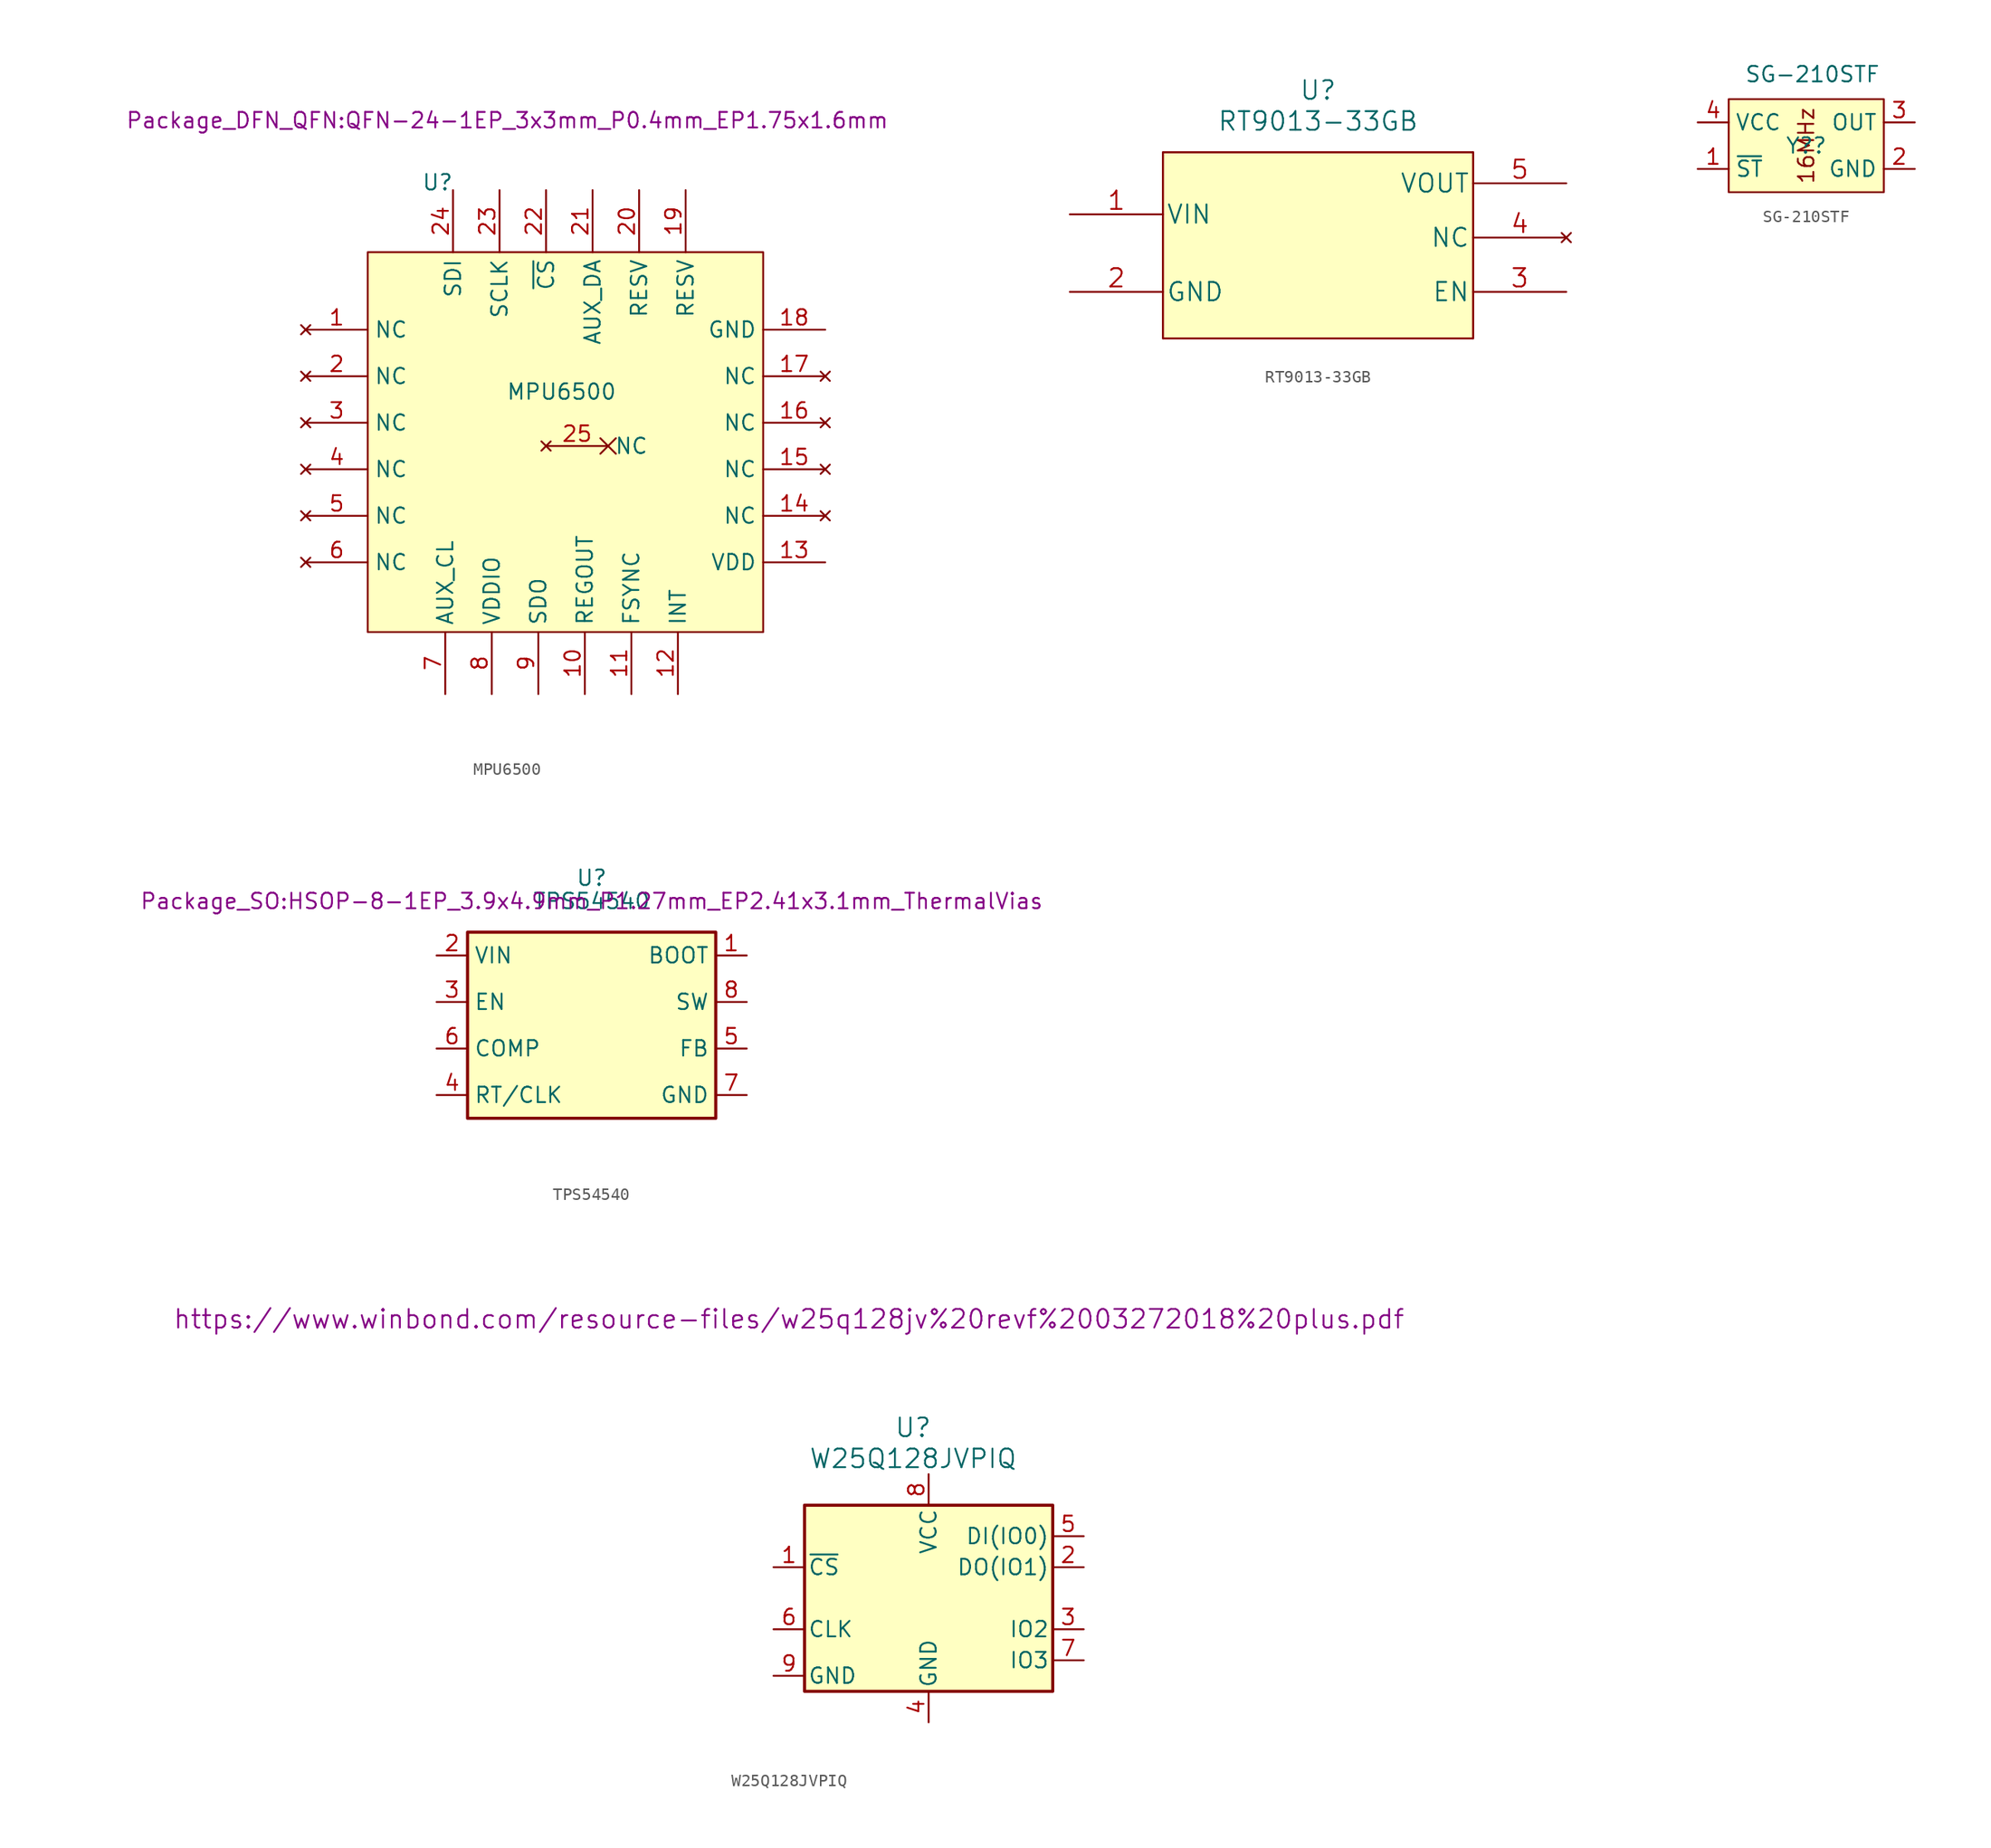
<source format=kicad_sym>
(kicad_symbol_lib
  (version 20220914)
  (generator kicad_symbol_editor)
  (symbol "MPU6500"
    (property "Reference" "U"
      (at -10.795 21.59 0)
      (effects (font (size 1.27 1.27))))
    (property "Value" "MPU6500"
      (at -0.635 4.445 0)
      (effects (font (size 1.27 1.27))))
    (property "Footprint" "Package_DFN_QFN:QFN-24-1EP_3x3mm_P0.4mm_EP1.75x1.6mm"
      (at -5.08 26.67 0)
      (effects (font (size 1.27 1.27))))
    (symbol "MPU6500_0_1"
      (rectangle (start -16.51 15.875) (end 15.875 -15.24) (stroke (width 0) (type default)) (fill (type background))))
    (symbol "MPU6500_1_1"
      (pin no_connect line (at -21.59 9.525 0) (length 5.08) (name "NC" (effects (font (size 1.27 1.27)))) (number "1" (effects (font (size 1.27 1.27)))))
      (pin input line (at 1.27 -20.32 90) (length 5.08) (name "REGOUT" (effects (font (size 1.27 1.27)))) (number "10" (effects (font (size 1.27 1.27)))))
      (pin input line (at 5.08 -20.32 90) (length 5.08) (name "FSYNC" (effects (font (size 1.27 1.27)))) (number "11" (effects (font (size 1.27 1.27)))))
      (pin output line (at 8.89 -20.32 90) (length 5.08) (name "INT" (effects (font (size 1.27 1.27)))) (number "12" (effects (font (size 1.27 1.27)))))
      (pin input line (at 20.955 -9.525 180) (length 5.08) (name "VDD" (effects (font (size 1.27 1.27)))) (number "13" (effects (font (size 1.27 1.27)))))
      (pin no_connect line (at 20.955 -5.715 180) (length 5.08) (name "NC" (effects (font (size 1.27 1.27)))) (number "14" (effects (font (size 1.27 1.27)))))
      (pin no_connect line (at 20.955 -1.905 180) (length 5.08) (name "NC" (effects (font (size 1.27 1.27)))) (number "15" (effects (font (size 1.27 1.27)))))
      (pin no_connect line (at 20.955 1.905 180) (length 5.08) (name "NC" (effects (font (size 1.27 1.27)))) (number "16" (effects (font (size 1.27 1.27)))))
      (pin no_connect line (at 20.955 5.715 180) (length 5.08) (name "NC" (effects (font (size 1.27 1.27)))) (number "17" (effects (font (size 1.27 1.27)))))
      (pin input line (at 20.955 9.525 180) (length 5.08) (name "GND" (effects (font (size 1.27 1.27)))) (number "18" (effects (font (size 1.27 1.27)))))
      (pin input line (at 9.525 20.955 270) (length 5.08) (name "RESV" (effects (font (size 1.27 1.27)))) (number "19" (effects (font (size 1.27 1.27)))))
      (pin no_connect line (at -21.59 5.715 0) (length 5.08) (name "NC" (effects (font (size 1.27 1.27)))) (number "2" (effects (font (size 1.27 1.27)))))
      (pin input line (at 5.715 20.955 270) (length 5.08) (name "RESV" (effects (font (size 1.27 1.27)))) (number "20" (effects (font (size 1.27 1.27)))))
      (pin input line (at 1.905 20.955 270) (length 5.08) (name "AUX_DA" (effects (font (size 1.27 1.27)))) (number "21" (effects (font (size 1.27 1.27)))))
      (pin input line (at -1.905 20.955 270) (length 5.08) (name "~{CS}" (effects (font (size 1.27 1.27)))) (number "22" (effects (font (size 1.27 1.27)))))
      (pin input line (at -5.715 20.955 270) (length 5.08) (name "SCLK" (effects (font (size 1.27 1.27)))) (number "23" (effects (font (size 1.27 1.27)))))
      (pin input line (at -9.525 20.955 270) (length 5.08) (name "SDI" (effects (font (size 1.27 1.27)))) (number "24" (effects (font (size 1.27 1.27)))))
      (pin no_connect non_logic (at -1.905 0 0) (length 5.08) (name "NC" (effects (font (size 1.27 1.27)))) (number "25" (effects (font (size 1.27 1.27)))))
      (pin no_connect line (at -21.59 1.905 0) (length 5.08) (name "NC" (effects (font (size 1.27 1.27)))) (number "3" (effects (font (size 1.27 1.27)))))
      (pin no_connect line (at -21.59 -1.905 0) (length 5.08) (name "NC" (effects (font (size 1.27 1.27)))) (number "4" (effects (font (size 1.27 1.27)))))
      (pin no_connect line (at -21.59 -5.715 0) (length 5.08) (name "NC" (effects (font (size 1.27 1.27)))) (number "5" (effects (font (size 1.27 1.27)))))
      (pin no_connect line (at -21.59 -9.525 0) (length 5.08) (name "NC" (effects (font (size 1.27 1.27)))) (number "6" (effects (font (size 1.27 1.27)))))
      (pin input line (at -10.16 -20.32 90) (length 5.08) (name "AUX_CL" (effects (font (size 1.27 1.27)))) (number "7" (effects (font (size 1.27 1.27)))))
      (pin input line (at -6.35 -20.32 90) (length 5.08) (name "VDDIO" (effects (font (size 1.27 1.27)))) (number "8" (effects (font (size 1.27 1.27)))))
      (pin output line (at -2.54 -20.32 90) (length 5.08) (name "SDO" (effects (font (size 1.27 1.27)))) (number "9" (effects (font (size 1.27 1.27)))))))
  (symbol "RT9013-33GB"
    (pin_names
      (offset 0.254))
    (property "Reference" "U"
      (at 20.32 10.16 0)
      (effects (font (size 1.524 1.524))))
    (property "Value" "RT9013-33GB"
      (at 20.32 7.62 0)
      (effects (font (size 1.524 1.524))))
    (property "Datasheet" ""
      (at 0 0 0)
      (effects (font (size 1.524 1.524))))
    (property "ki_locked" ""
      (at 0 0 0)
      (effects (font (size 1.27 1.27))))
    (symbol "RT9013-33GB_1_1"
      (polyline (pts (xy 7.62 5.08) (xy 7.62 -10.16)) (stroke (width 0.127) (type default)) (fill (type none)))
      (polyline (pts (xy 33.02 -10.16) (xy 33.02 5.08)) (stroke (width 0.127) (type default)) (fill (type none)))
      (polyline (pts (xy 33.02 5.08) (xy 7.62 5.08)) (stroke (width 0.127) (type default)) (fill (type none)))
      (rectangle (start 7.62 5.08) (end 33.02 -10.16) (stroke (width 0) (type default)) (fill (type background)))
      (pin power_in line (at 0 0 0) (length 7.62) (name "VIN" (effects (font (size 1.499 1.499)))) (number "1" (effects (font (size 1.499 1.499)))))
      (pin power_in line (at 0 -6.35 0) (length 7.62) (name "GND" (effects (font (size 1.499 1.499)))) (number "2" (effects (font (size 1.499 1.499)))))
      (pin input line (at 40.64 -6.35 180) (length 7.62) (name "EN" (effects (font (size 1.499 1.499)))) (number "3" (effects (font (size 1.499 1.499)))))
      (pin no_connect line (at 40.64 -1.905 180) (length 7.62) (name "NC" (effects (font (size 1.499 1.499)))) (number "4" (effects (font (size 1.499 1.499)))))
      (pin power_out line (at 40.64 2.54 180) (length 7.62) (name "VOUT" (effects (font (size 1.499 1.499)))) (number "5" (effects (font (size 1.499 1.499)))))))
  (symbol "SG-210STF"
    (property "Reference" "Y?"
      (at 0 0 0)
      (effects (font (size 1.27 1.27))))
    (property "Value" "SG-210STF"
      (at 0.508 5.842 0)
      (effects (font (size 1.27 1.27))))
    (symbol "SG-210STF_0_0"
      (text "16MHz" (at 0 0 900) (effects (font (size 1.27 1.27)))))
    (symbol "SG-210STF_0_1"
      (rectangle (start -6.35 3.81) (end 6.35 -3.81) (stroke (width 0) (type default)) (fill (type background))))
    (symbol "SG-210STF_1_1"
      (pin input line (at -8.89 -1.905 0) (length 2.54) (name "~{ST}" (effects (font (size 1.27 1.27)))) (number "1" (effects (font (size 1.27 1.27)))))
      (pin input line (at 8.89 -1.905 180) (length 2.54) (name "GND" (effects (font (size 1.27 1.27)))) (number "2" (effects (font (size 1.27 1.27)))))
      (pin input line (at 8.89 1.905 180) (length 2.54) (name "OUT" (effects (font (size 1.27 1.27)))) (number "3" (effects (font (size 1.27 1.27)))))
      (pin input line (at -8.89 1.905 0) (length 2.54) (name "VCC" (effects (font (size 1.27 1.27)))) (number "4" (effects (font (size 1.27 1.27)))))))
  (symbol "TPS54540"
    (property "Reference" "U"
      (at 0 1.905 0)
      (effects (font (size 1.27 1.27))))
    (property "Value" "TPS54540"
      (at 0 0 0)
      (effects (font (size 1.27 1.27))))
    (property "Footprint" "Package_SO:HSOP-8-1EP_3.9x4.9mm_P1.27mm_EP2.41x3.1mm_ThermalVias"
      (at 0 0 0)
      (effects (font (size 1.27 1.27))))
    (symbol "TPS54540_0_1"
      (rectangle (start -10.16 -2.54) (end 10.16 -17.78) (stroke (width 0.254) (type default)) (fill (type background))))
    (symbol "TPS54540_1_1"
      (pin passive line (at 12.7 -4.445 180) (length 2.54) (name "BOOT" (effects (font (size 1.27 1.27)))) (number "1" (effects (font (size 1.27 1.27)))))
      (pin power_in line (at -12.7 -4.445 0) (length 2.54) (name "VIN" (effects (font (size 1.27 1.27)))) (number "2" (effects (font (size 1.27 1.27)))))
      (pin input line (at -12.7 -8.255 0) (length 2.54) (name "EN" (effects (font (size 1.27 1.27)))) (number "3" (effects (font (size 1.27 1.27)))))
      (pin passive line (at -12.7 -15.875 0) (length 2.54) (name "RT/CLK" (effects (font (size 1.27 1.27)))) (number "4" (effects (font (size 1.27 1.27)))))
      (pin input line (at 12.7 -12.065 180) (length 2.54) (name "FB" (effects (font (size 1.27 1.27)))) (number "5" (effects (font (size 1.27 1.27)))))
      (pin output line (at -12.7 -12.065 0) (length 2.54) (name "COMP" (effects (font (size 1.27 1.27)))) (number "6" (effects (font (size 1.27 1.27)))))
      (pin power_in line (at 12.7 -15.875 180) (length 2.54) (name "GND" (effects (font (size 1.27 1.27)))) (number "7" (effects (font (size 1.27 1.27)))))
      (pin power_out line (at 12.7 -8.255 180) (length 2.54) (name "SW" (effects (font (size 1.27 1.27)))) (number "8" (effects (font (size 1.27 1.27)))))
      (pin passive line (at 0 -20.32 90) (length 2.54) hide (name "GND" (effects (font (size 1.27 1.27)))) (number "9" (effects (font (size 1.27 1.27)))))))
  (symbol "W25Q128JVPIQ"
    (pin_names
      (offset 0.254))
    (property "Reference" "U"
      (at -0.635 13.335 0)
      (effects (font (size 1.524 1.524))))
    (property "Value" "W25Q128JVPIQ"
      (at -0.635 10.795 0)
      (effects (font (size 1.524 1.524))))
    (property "Datasheet" "https://www.winbond.com/resource-files/w25q128jv%20revf%2003272018%20plus.pdf"
      (at -10.795 22.225 0)
      (effects (font (size 1.524 1.524))))
    (symbol "W25Q128JVPIQ_0_1"
      (rectangle (start -9.525 6.985) (end 10.795 -8.255) (stroke (width 0.254) (type default)) (fill (type background))))
    (symbol "W25Q128JVPIQ_1_1"
      (pin input line (at -12.065 1.905 0) (length 2.54) (name "~{CS}" (effects (font (size 1.27 1.27)))) (number "1" (effects (font (size 1.27 1.27)))))
      (pin bidirectional line (at 13.335 1.905 180) (length 2.54) (name "DO(IO1)" (effects (font (size 1.27 1.27)))) (number "2" (effects (font (size 1.27 1.27)))))
      (pin bidirectional line (at 13.335 -3.175 180) (length 2.54) (name "IO2" (effects (font (size 1.27 1.27)))) (number "3" (effects (font (size 1.27 1.27)))))
      (pin power_in line (at 0.635 -10.795 90) (length 2.54) (name "GND" (effects (font (size 1.27 1.27)))) (number "4" (effects (font (size 1.27 1.27)))))
      (pin bidirectional line (at 13.335 4.445 180) (length 2.54) (name "DI(IO0)" (effects (font (size 1.27 1.27)))) (number "5" (effects (font (size 1.27 1.27)))))
      (pin input line (at -12.065 -3.175 0) (length 2.54) (name "CLK" (effects (font (size 1.27 1.27)))) (number "6" (effects (font (size 1.27 1.27)))))
      (pin bidirectional line (at 13.335 -5.715 180) (length 2.54) (name "IO3" (effects (font (size 1.27 1.27)))) (number "7" (effects (font (size 1.27 1.27)))))
      (pin power_in line (at 0.635 9.525 270) (length 2.54) (name "VCC" (effects (font (size 1.27 1.27)))) (number "8" (effects (font (size 1.27 1.27)))))
      (pin input line (at -12.065 -6.985 0) (length 2.54) (name "GND" (effects (font (size 1.27 1.27)))) (number "9" (effects (font (size 1.27 1.27))))))))
</source>
